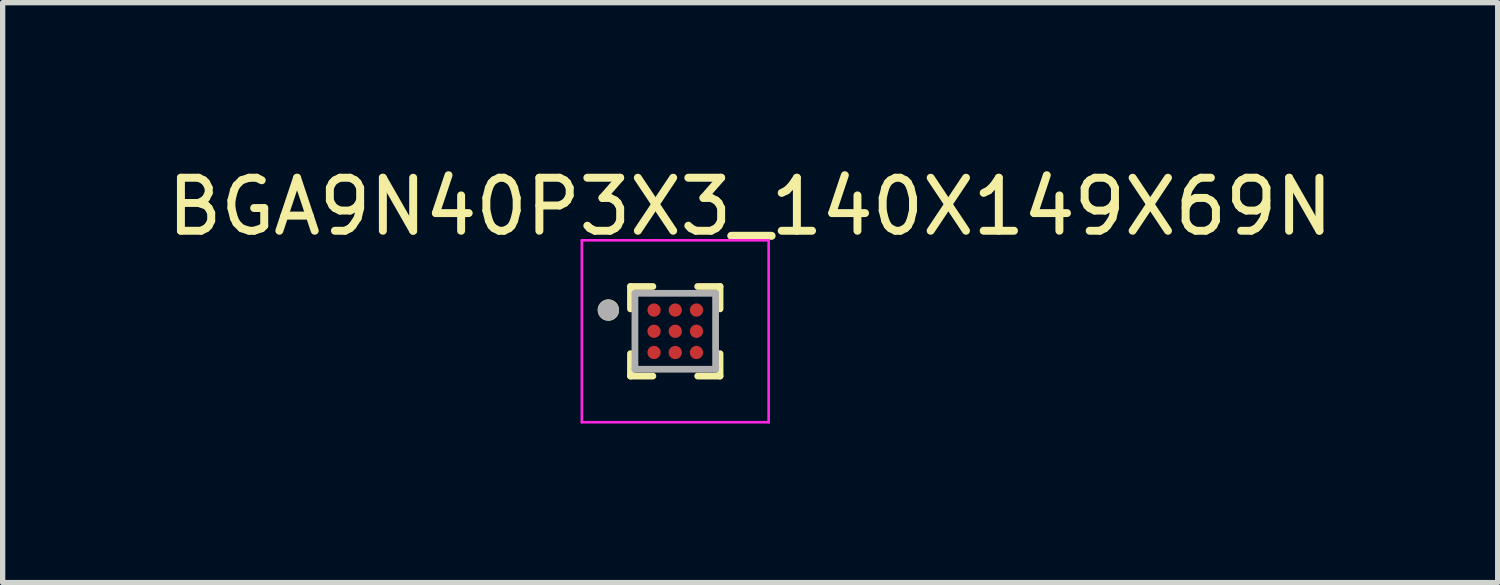
<source format=kicad_pcb>
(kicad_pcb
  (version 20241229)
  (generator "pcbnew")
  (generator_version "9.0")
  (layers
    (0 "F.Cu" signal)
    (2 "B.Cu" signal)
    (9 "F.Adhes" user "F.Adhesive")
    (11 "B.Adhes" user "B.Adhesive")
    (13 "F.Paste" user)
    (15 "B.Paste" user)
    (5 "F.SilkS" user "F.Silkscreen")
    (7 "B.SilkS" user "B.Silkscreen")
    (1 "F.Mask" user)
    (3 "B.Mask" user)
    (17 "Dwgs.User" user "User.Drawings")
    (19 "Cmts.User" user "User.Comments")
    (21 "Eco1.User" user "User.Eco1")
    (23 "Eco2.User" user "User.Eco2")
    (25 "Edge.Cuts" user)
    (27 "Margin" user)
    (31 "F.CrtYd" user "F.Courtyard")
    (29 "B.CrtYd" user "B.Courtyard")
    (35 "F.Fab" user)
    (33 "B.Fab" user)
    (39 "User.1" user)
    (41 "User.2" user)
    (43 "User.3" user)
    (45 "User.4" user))
  (footprint "BGA9N40P3X3_140X149X69N"
    (layer "F.Cu")
    (at 9.688 3.199)
    (property "Reference" "BGA9N40P3X3_140X149X69N" (at 1.413 -2.351 0) (layer "F.SilkS") (effects (font (size 1 1) (thickness 0.15))))
    (attr through_hole)
    (fp_line (start -0.845 -0.845) (end -0.845 -0.422) (stroke (width 0.127) (type solid)) (layer "F.SilkS"))
    (fp_line (start -0.845 -0.845) (end -0.422 -0.845) (stroke (width 0.127) (type solid)) (layer "F.SilkS"))
    (fp_line (start -0.845 0.845) (end -0.845 0.422) (stroke (width 0.127) (type solid)) (layer "F.SilkS"))
    (fp_line (start -0.845 0.845) (end -0.422 0.845) (stroke (width 0.127) (type solid)) (layer "F.SilkS"))
    (fp_line (start 0.845 -0.845) (end 0.422 -0.845) (stroke (width 0.127) (type solid)) (layer "F.SilkS"))
    (fp_line (start 0.845 -0.845) (end 0.845 -0.422) (stroke (width 0.127) (type solid)) (layer "F.SilkS"))
    (fp_line (start 0.845 0.845) (end 0.422 0.845) (stroke (width 0.127) (type solid)) (layer "F.SilkS"))
    (fp_line (start 0.845 0.845) (end 0.845 0.422) (stroke (width 0.127) (type solid)) (layer "F.SilkS"))
    (fp_circle (center -1.262 -0.4) (end -1.161 -0.4) (stroke (width 0.2) (type solid)) (fill no) (layer "F.SilkS"))
    (fp_line (start -1.762 -1.716) (end 1.762 -1.716) (stroke (width 0.05) (type solid)) (layer "F.CrtYd"))
    (fp_line (start -1.762 1.716) (end -1.762 -1.716) (stroke (width 0.05) (type solid)) (layer "F.CrtYd"))
    (fp_line (start -1.762 1.716) (end 1.762 1.716) (stroke (width 0.05) (type solid)) (layer "F.CrtYd"))
    (fp_line (start 1.762 1.716) (end 1.762 -1.716) (stroke (width 0.05) (type solid)) (layer "F.CrtYd"))
    (fp_line (start -0.761 0.716) (end -0.761 -0.716) (stroke (width 0.127) (type solid)) (layer "F.Fab"))
    (fp_line (start 0.761 -0.716) (end -0.761 -0.716) (stroke (width 0.127) (type solid)) (layer "F.Fab"))
    (fp_line (start 0.761 0.716) (end -0.761 0.716) (stroke (width 0.127) (type solid)) (layer "F.Fab"))
    (fp_line (start 0.761 0.716) (end 0.761 -0.716) (stroke (width 0.127) (type solid)) (layer "F.Fab"))
    (fp_circle (center -1.262 -0.4) (end -1.161 -0.4) (stroke (width 0.2) (type solid)) (fill no) (layer "F.Fab"))
    (pad "A1" smd circle (at -0.4 -0.4) (size 0.25 0.25) (layers "F.Cu" "F.Mask" "F.Paste"))
    (pad "A2" smd circle (at 0 -0.4) (size 0.25 0.25) (layers "F.Cu" "F.Mask" "F.Paste"))
    (pad "A3" smd circle (at 0.4 -0.4) (size 0.25 0.25) (layers "F.Cu" "F.Mask" "F.Paste"))
    (pad "B1" smd circle (at -0.4 0) (size 0.25 0.25) (layers "F.Cu" "F.Mask" "F.Paste"))
    (pad "B2" smd circle (at 0 0) (size 0.25 0.25) (layers "F.Cu" "F.Mask" "F.Paste"))
    (pad "B3" smd circle (at 0.4 0) (size 0.25 0.25) (layers "F.Cu" "F.Mask" "F.Paste"))
    (pad "C1" smd circle (at -0.4 0.4) (size 0.25 0.25) (layers "F.Cu" "F.Mask" "F.Paste"))
    (pad "C2" smd circle (at 0 0.4) (size 0.25 0.25) (layers "F.Cu" "F.Mask" "F.Paste"))
    (pad "C3" smd circle (at 0.4 0.4) (size 0.25 0.25) (layers "F.Cu" "F.Mask" "F.Paste")))
  (gr_rect
    (start -3 -3)
    (end 25.202 7.94)
    (stroke (width 0.1) (type default))
    (fill no)
    (layer "Edge.Cuts")))
</source>
